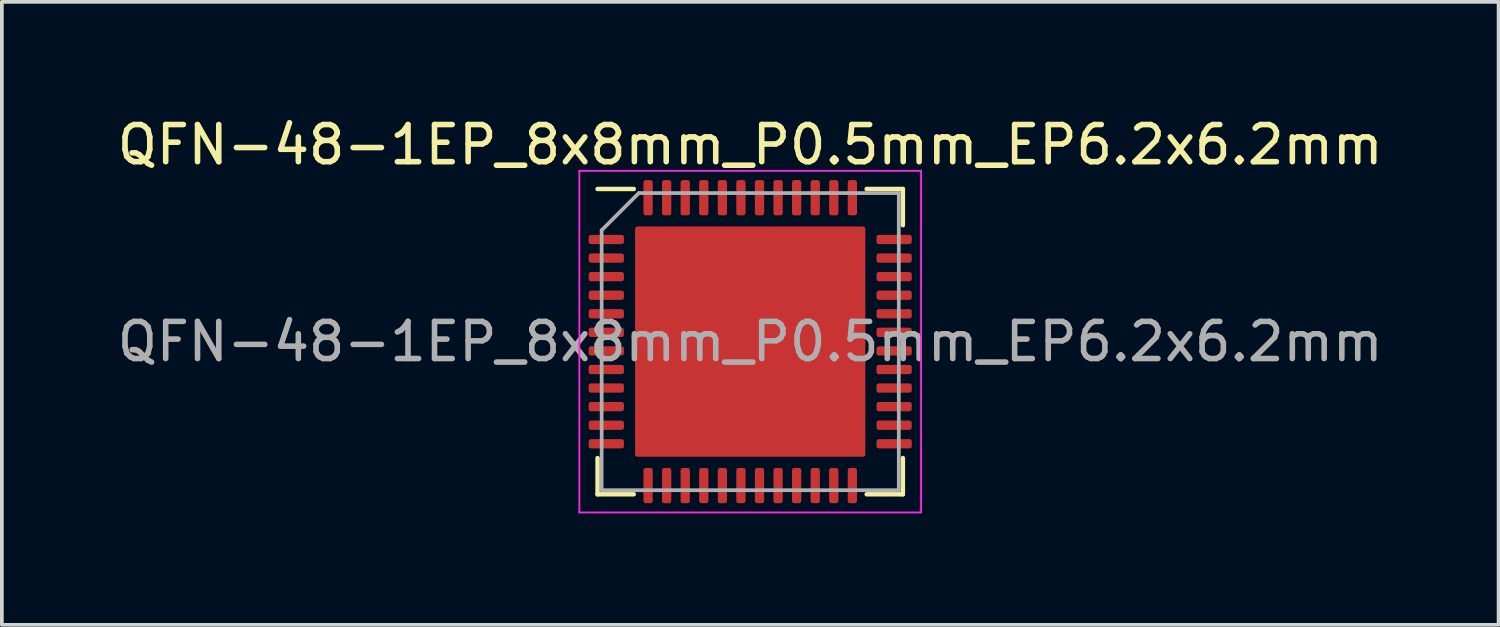
<source format=kicad_pcb>
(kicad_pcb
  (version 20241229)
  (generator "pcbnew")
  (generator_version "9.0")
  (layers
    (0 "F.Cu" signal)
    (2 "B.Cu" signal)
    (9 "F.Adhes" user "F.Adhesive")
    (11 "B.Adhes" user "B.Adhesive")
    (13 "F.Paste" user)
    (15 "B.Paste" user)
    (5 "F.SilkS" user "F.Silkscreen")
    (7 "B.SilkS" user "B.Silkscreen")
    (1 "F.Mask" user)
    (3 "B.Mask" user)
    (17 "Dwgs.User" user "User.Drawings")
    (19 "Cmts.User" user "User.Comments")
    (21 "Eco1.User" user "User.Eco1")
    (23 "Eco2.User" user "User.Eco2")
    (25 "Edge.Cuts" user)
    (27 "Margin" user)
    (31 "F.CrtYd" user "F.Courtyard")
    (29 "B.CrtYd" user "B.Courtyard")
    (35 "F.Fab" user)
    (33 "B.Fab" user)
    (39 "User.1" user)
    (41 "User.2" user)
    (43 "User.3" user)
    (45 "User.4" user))
  (footprint "QFN-48-1EP_8x8mm_P0.5mm_EP6.2x6.2mm"
    (layer "F.Cu")
    (at 17.149 6.148)
    (property "Reference" "QFN-48-1EP_8x8mm_P0.5mm_EP6.2x6.2mm" (at 0 -5.3 0) (layer "F.SilkS") (effects (font (size 1 1) (thickness 0.15))))
    (attr smd)
    (fp_line (start -4.11 4.11) (end -4.11 3.135) (stroke (width 0.12) (type solid)) (layer "F.SilkS"))
    (fp_line (start -3.135 -4.11) (end -4.11 -4.11) (stroke (width 0.12) (type solid)) (layer "F.SilkS"))
    (fp_line (start -3.135 4.11) (end -4.11 4.11) (stroke (width 0.12) (type solid)) (layer "F.SilkS"))
    (fp_line (start 3.135 -4.11) (end 4.11 -4.11) (stroke (width 0.12) (type solid)) (layer "F.SilkS"))
    (fp_line (start 3.135 4.11) (end 4.11 4.11) (stroke (width 0.12) (type solid)) (layer "F.SilkS"))
    (fp_line (start 4.11 -4.11) (end 4.11 -3.135) (stroke (width 0.12) (type solid)) (layer "F.SilkS"))
    (fp_line (start 4.11 4.11) (end 4.11 3.135) (stroke (width 0.12) (type solid)) (layer "F.SilkS"))
    (fp_line (start -4.6 -4.6) (end -4.6 4.6) (stroke (width 0.05) (type solid)) (layer "F.CrtYd"))
    (fp_line (start -4.6 4.6) (end 4.6 4.6) (stroke (width 0.05) (type solid)) (layer "F.CrtYd"))
    (fp_line (start 4.6 -4.6) (end -4.6 -4.6) (stroke (width 0.05) (type solid)) (layer "F.CrtYd"))
    (fp_line (start 4.6 4.6) (end 4.6 -4.6) (stroke (width 0.05) (type solid)) (layer "F.CrtYd"))
    (fp_line (start -4 -3) (end -3 -4) (stroke (width 0.1) (type solid)) (layer "F.Fab"))
    (fp_line (start -4 4) (end -4 -3) (stroke (width 0.1) (type solid)) (layer "F.Fab"))
    (fp_line (start -3 -4) (end 4 -4) (stroke (width 0.1) (type solid)) (layer "F.Fab"))
    (fp_line (start 4 -4) (end 4 4) (stroke (width 0.1) (type solid)) (layer "F.Fab"))
    (fp_line (start 4 4) (end -4 4) (stroke (width 0.1) (type solid)) (layer "F.Fab"))
    (fp_text user "${REFERENCE}" (at 0 0 0) (layer "F.Fab") (effects (font (size 1 1) (thickness 0.15))))
    (pad "" smd roundrect (at -2.48 -2.48) (size 1 1) (layers "F.Paste") (roundrect_rratio 0.25))
    (pad "" smd roundrect (at -2.48 -1.24) (size 1 1) (layers "F.Paste") (roundrect_rratio 0.25))
    (pad "" smd roundrect (at -2.48 0) (size 1 1) (layers "F.Paste") (roundrect_rratio 0.25))
    (pad "" smd roundrect (at -2.48 1.24) (size 1 1) (layers "F.Paste") (roundrect_rratio 0.25))
    (pad "" smd roundrect (at -2.48 2.48) (size 1 1) (layers "F.Paste") (roundrect_rratio 0.25))
    (pad "" smd roundrect (at -1.24 -2.48) (size 1 1) (layers "F.Paste") (roundrect_rratio 0.25))
    (pad "" smd roundrect (at -1.24 -1.24) (size 1 1) (layers "F.Paste") (roundrect_rratio 0.25))
    (pad "" smd roundrect (at -1.24 0) (size 1 1) (layers "F.Paste") (roundrect_rratio 0.25))
    (pad "" smd roundrect (at -1.24 1.24) (size 1 1) (layers "F.Paste") (roundrect_rratio 0.25))
    (pad "" smd roundrect (at -1.24 2.48) (size 1 1) (layers "F.Paste") (roundrect_rratio 0.25))
    (pad "" smd roundrect (at 0 -2.48) (size 1 1) (layers "F.Paste") (roundrect_rratio 0.25))
    (pad "" smd roundrect (at 0 -1.24) (size 1 1) (layers "F.Paste") (roundrect_rratio 0.25))
    (pad "" smd roundrect (at 0 0) (size 1 1) (layers "F.Paste") (roundrect_rratio 0.25))
    (pad "" smd roundrect (at 0 1.24) (size 1 1) (layers "F.Paste") (roundrect_rratio 0.25))
    (pad "" smd roundrect (at 0 2.48) (size 1 1) (layers "F.Paste") (roundrect_rratio 0.25))
    (pad "" smd roundrect (at 1.24 -2.48) (size 1 1) (layers "F.Paste") (roundrect_rratio 0.25))
    (pad "" smd roundrect (at 1.24 -1.24) (size 1 1) (layers "F.Paste") (roundrect_rratio 0.25))
    (pad "" smd roundrect (at 1.24 0) (size 1 1) (layers "F.Paste") (roundrect_rratio 0.25))
    (pad "" smd roundrect (at 1.24 1.24) (size 1 1) (layers "F.Paste") (roundrect_rratio 0.25))
    (pad "" smd roundrect (at 1.24 2.48) (size 1 1) (layers "F.Paste") (roundrect_rratio 0.25))
    (pad "" smd roundrect (at 2.48 -2.48) (size 1 1) (layers "F.Paste") (roundrect_rratio 0.25))
    (pad "" smd roundrect (at 2.48 -1.24) (size 1 1) (layers "F.Paste") (roundrect_rratio 0.25))
    (pad "" smd roundrect (at 2.48 0) (size 1 1) (layers "F.Paste") (roundrect_rratio 0.25))
    (pad "" smd roundrect (at 2.48 1.24) (size 1 1) (layers "F.Paste") (roundrect_rratio 0.25))
    (pad "" smd roundrect (at 2.48 2.48) (size 1 1) (layers "F.Paste") (roundrect_rratio 0.25))
    (pad "1" smd roundrect (at -3.875 -2.75) (size 0.95 0.25) (layers "F.Cu" "F.Mask" "F.Paste") (roundrect_rratio 0.25))
    (pad "2" smd roundrect (at -3.875 -2.25) (size 0.95 0.25) (layers "F.Cu" "F.Mask" "F.Paste") (roundrect_rratio 0.25))
    (pad "3" smd roundrect (at -3.875 -1.75) (size 0.95 0.25) (layers "F.Cu" "F.Mask" "F.Paste") (roundrect_rratio 0.25))
    (pad "4" smd roundrect (at -3.875 -1.25) (size 0.95 0.25) (layers "F.Cu" "F.Mask" "F.Paste") (roundrect_rratio 0.25))
    (pad "5" smd roundrect (at -3.875 -0.75) (size 0.95 0.25) (layers "F.Cu" "F.Mask" "F.Paste") (roundrect_rratio 0.25))
    (pad "6" smd roundrect (at -3.875 -0.25) (size 0.95 0.25) (layers "F.Cu" "F.Mask" "F.Paste") (roundrect_rratio 0.25))
    (pad "7" smd roundrect (at -3.875 0.25) (size 0.95 0.25) (layers "F.Cu" "F.Mask" "F.Paste") (roundrect_rratio 0.25))
    (pad "8" smd roundrect (at -3.875 0.75) (size 0.95 0.25) (layers "F.Cu" "F.Mask" "F.Paste") (roundrect_rratio 0.25))
    (pad "9" smd roundrect (at -3.875 1.25) (size 0.95 0.25) (layers "F.Cu" "F.Mask" "F.Paste") (roundrect_rratio 0.25))
    (pad "10" smd roundrect (at -3.875 1.75) (size 0.95 0.25) (layers "F.Cu" "F.Mask" "F.Paste") (roundrect_rratio 0.25))
    (pad "11" smd roundrect (at -3.875 2.25) (size 0.95 0.25) (layers "F.Cu" "F.Mask" "F.Paste") (roundrect_rratio 0.25))
    (pad "12" smd roundrect (at -3.875 2.75) (size 0.95 0.25) (layers "F.Cu" "F.Mask" "F.Paste") (roundrect_rratio 0.25))
    (pad "13" smd roundrect (at -2.75 3.875) (size 0.25 0.95) (layers "F.Cu" "F.Mask" "F.Paste") (roundrect_rratio 0.25))
    (pad "14" smd roundrect (at -2.25 3.875) (size 0.25 0.95) (layers "F.Cu" "F.Mask" "F.Paste") (roundrect_rratio 0.25))
    (pad "15" smd roundrect (at -1.75 3.875) (size 0.25 0.95) (layers "F.Cu" "F.Mask" "F.Paste") (roundrect_rratio 0.25))
    (pad "16" smd roundrect (at -1.25 3.875) (size 0.25 0.95) (layers "F.Cu" "F.Mask" "F.Paste") (roundrect_rratio 0.25))
    (pad "17" smd roundrect (at -0.75 3.875) (size 0.25 0.95) (layers "F.Cu" "F.Mask" "F.Paste") (roundrect_rratio 0.25))
    (pad "18" smd roundrect (at -0.25 3.875) (size 0.25 0.95) (layers "F.Cu" "F.Mask" "F.Paste") (roundrect_rratio 0.25))
    (pad "19" smd roundrect (at 0.25 3.875) (size 0.25 0.95) (layers "F.Cu" "F.Mask" "F.Paste") (roundrect_rratio 0.25))
    (pad "20" smd roundrect (at 0.75 3.875) (size 0.25 0.95) (layers "F.Cu" "F.Mask" "F.Paste") (roundrect_rratio 0.25))
    (pad "21" smd roundrect (at 1.25 3.875) (size 0.25 0.95) (layers "F.Cu" "F.Mask" "F.Paste") (roundrect_rratio 0.25))
    (pad "22" smd roundrect (at 1.75 3.875) (size 0.25 0.95) (layers "F.Cu" "F.Mask" "F.Paste") (roundrect_rratio 0.25))
    (pad "23" smd roundrect (at 2.25 3.875) (size 0.25 0.95) (layers "F.Cu" "F.Mask" "F.Paste") (roundrect_rratio 0.25))
    (pad "24" smd roundrect (at 2.75 3.875) (size 0.25 0.95) (layers "F.Cu" "F.Mask" "F.Paste") (roundrect_rratio 0.25))
    (pad "25" smd roundrect (at 3.875 2.75) (size 0.95 0.25) (layers "F.Cu" "F.Mask" "F.Paste") (roundrect_rratio 0.25))
    (pad "26" smd roundrect (at 3.875 2.25) (size 0.95 0.25) (layers "F.Cu" "F.Mask" "F.Paste") (roundrect_rratio 0.25))
    (pad "27" smd roundrect (at 3.875 1.75) (size 0.95 0.25) (layers "F.Cu" "F.Mask" "F.Paste") (roundrect_rratio 0.25))
    (pad "28" smd roundrect (at 3.875 1.25) (size 0.95 0.25) (layers "F.Cu" "F.Mask" "F.Paste") (roundrect_rratio 0.25))
    (pad "29" smd roundrect (at 3.875 0.75) (size 0.95 0.25) (layers "F.Cu" "F.Mask" "F.Paste") (roundrect_rratio 0.25))
    (pad "30" smd roundrect (at 3.875 0.25) (size 0.95 0.25) (layers "F.Cu" "F.Mask" "F.Paste") (roundrect_rratio 0.25))
    (pad "31" smd roundrect (at 3.875 -0.25) (size 0.95 0.25) (layers "F.Cu" "F.Mask" "F.Paste") (roundrect_rratio 0.25))
    (pad "32" smd roundrect (at 3.875 -0.75) (size 0.95 0.25) (layers "F.Cu" "F.Mask" "F.Paste") (roundrect_rratio 0.25))
    (pad "33" smd roundrect (at 3.875 -1.25) (size 0.95 0.25) (layers "F.Cu" "F.Mask" "F.Paste") (roundrect_rratio 0.25))
    (pad "34" smd roundrect (at 3.875 -1.75) (size 0.95 0.25) (layers "F.Cu" "F.Mask" "F.Paste") (roundrect_rratio 0.25))
    (pad "35" smd roundrect (at 3.875 -2.25) (size 0.95 0.25) (layers "F.Cu" "F.Mask" "F.Paste") (roundrect_rratio 0.25))
    (pad "36" smd roundrect (at 3.875 -2.75) (size 0.95 0.25) (layers "F.Cu" "F.Mask" "F.Paste") (roundrect_rratio 0.25))
    (pad "37" smd roundrect (at 2.75 -3.875) (size 0.25 0.95) (layers "F.Cu" "F.Mask" "F.Paste") (roundrect_rratio 0.25))
    (pad "38" smd roundrect (at 2.25 -3.875) (size 0.25 0.95) (layers "F.Cu" "F.Mask" "F.Paste") (roundrect_rratio 0.25))
    (pad "39" smd roundrect (at 1.75 -3.875) (size 0.25 0.95) (layers "F.Cu" "F.Mask" "F.Paste") (roundrect_rratio 0.25))
    (pad "40" smd roundrect (at 1.25 -3.875) (size 0.25 0.95) (layers "F.Cu" "F.Mask" "F.Paste") (roundrect_rratio 0.25))
    (pad "41" smd roundrect (at 0.75 -3.875) (size 0.25 0.95) (layers "F.Cu" "F.Mask" "F.Paste") (roundrect_rratio 0.25))
    (pad "42" smd roundrect (at 0.25 -3.875) (size 0.25 0.95) (layers "F.Cu" "F.Mask" "F.Paste") (roundrect_rratio 0.25))
    (pad "43" smd roundrect (at -0.25 -3.875) (size 0.25 0.95) (layers "F.Cu" "F.Mask" "F.Paste") (roundrect_rratio 0.25))
    (pad "44" smd roundrect (at -0.75 -3.875) (size 0.25 0.95) (layers "F.Cu" "F.Mask" "F.Paste") (roundrect_rratio 0.25))
    (pad "45" smd roundrect (at -1.25 -3.875) (size 0.25 0.95) (layers "F.Cu" "F.Mask" "F.Paste") (roundrect_rratio 0.25))
    (pad "46" smd roundrect (at -1.75 -3.875) (size 0.25 0.95) (layers "F.Cu" "F.Mask" "F.Paste") (roundrect_rratio 0.25))
    (pad "47" smd roundrect (at -2.25 -3.875) (size 0.25 0.95) (layers "F.Cu" "F.Mask" "F.Paste") (roundrect_rratio 0.25))
    (pad "48" smd roundrect (at -2.75 -3.875) (size 0.25 0.95) (layers "F.Cu" "F.Mask" "F.Paste") (roundrect_rratio 0.25))
    (pad "49" smd roundrect (at 0 0) (size 6.2 6.2) (layers "F.Cu" "F.Mask") (roundrect_rratio 0.01)))
  (gr_rect
    (start -3 -3)
    (end 37.298 13.773)
    (stroke (width 0.1) (type default))
    (fill no)
    (layer "Edge.Cuts")))
</source>
